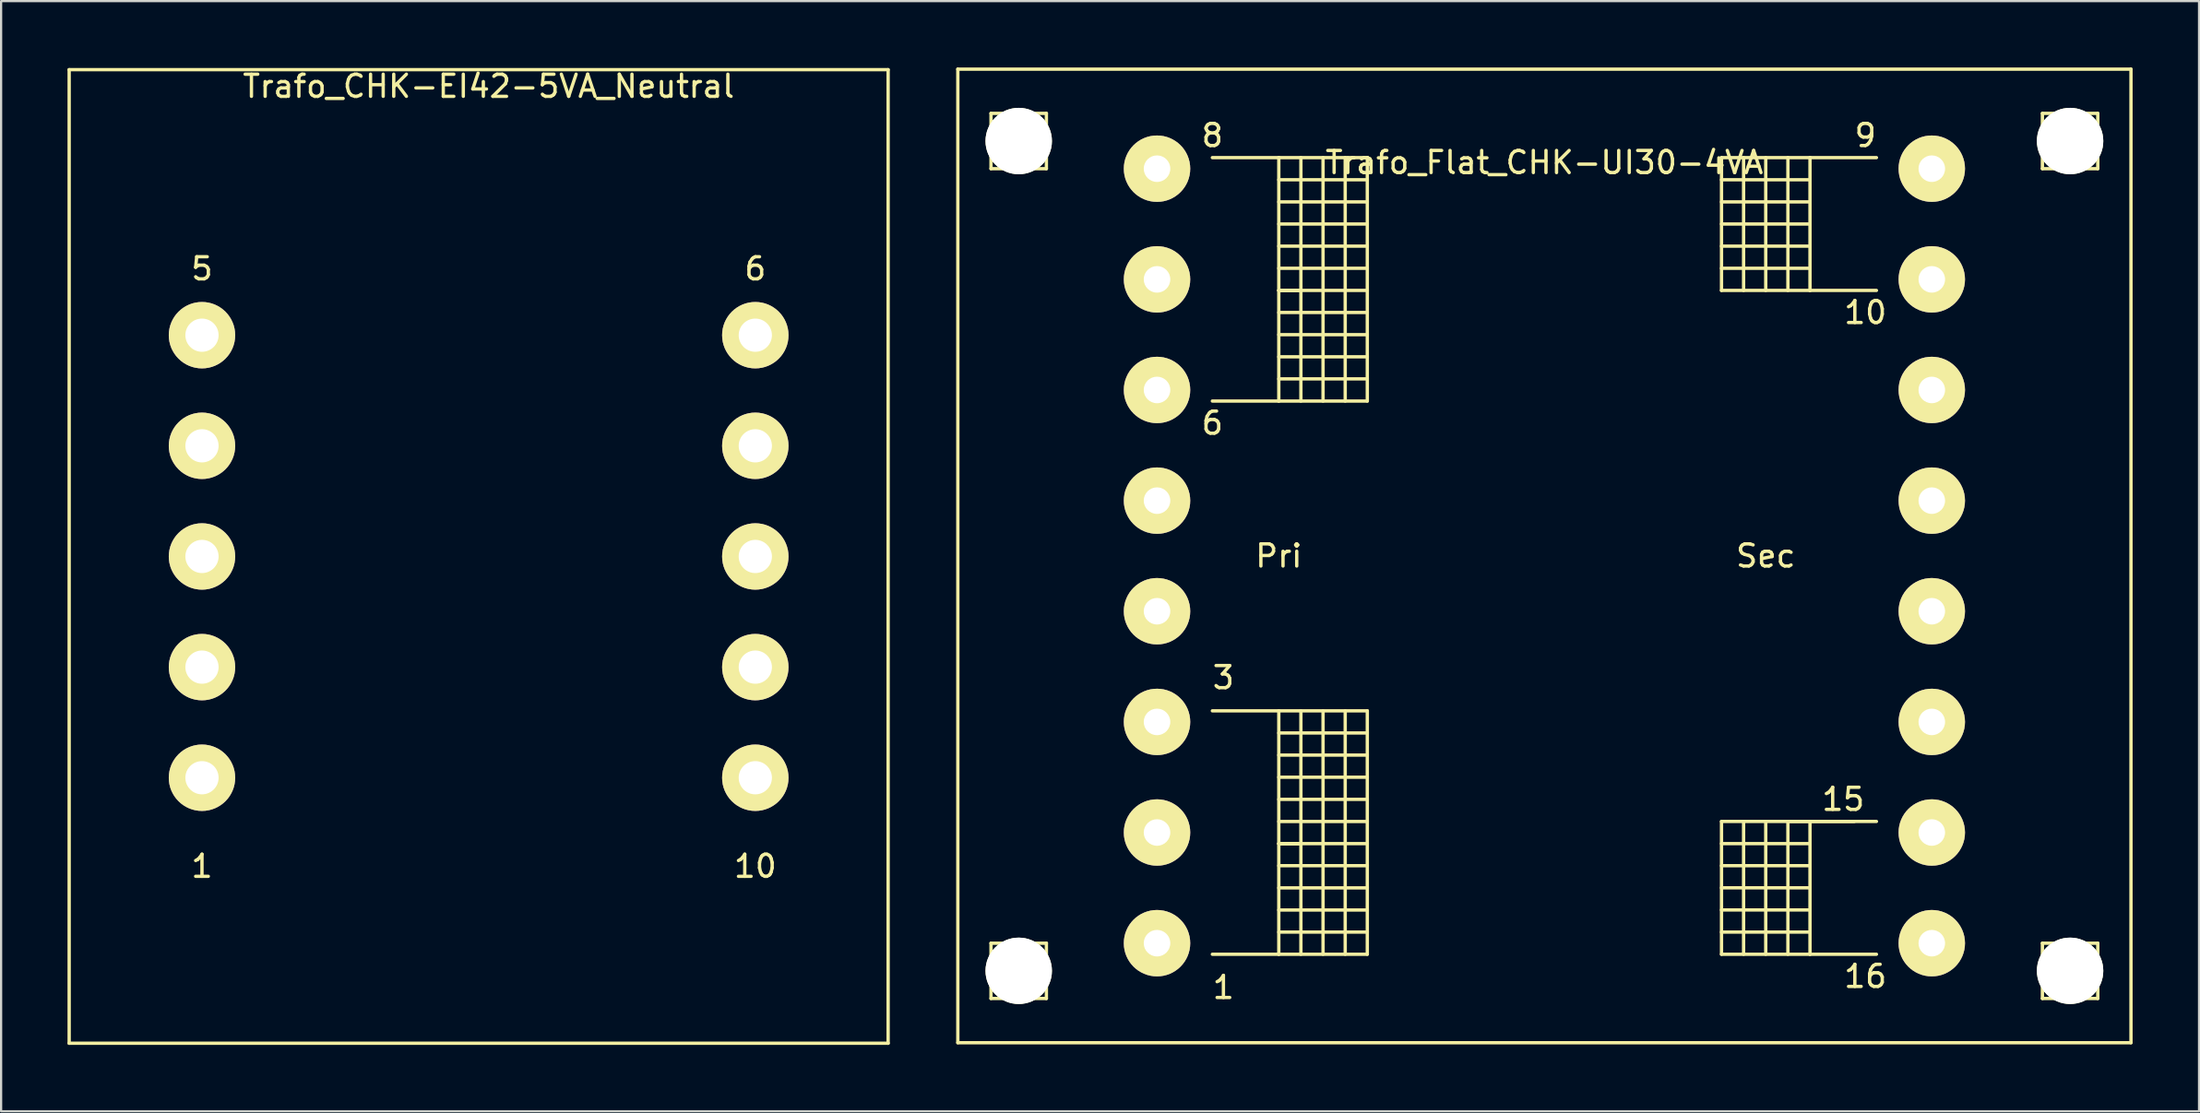
<source format=kicad_pcb>
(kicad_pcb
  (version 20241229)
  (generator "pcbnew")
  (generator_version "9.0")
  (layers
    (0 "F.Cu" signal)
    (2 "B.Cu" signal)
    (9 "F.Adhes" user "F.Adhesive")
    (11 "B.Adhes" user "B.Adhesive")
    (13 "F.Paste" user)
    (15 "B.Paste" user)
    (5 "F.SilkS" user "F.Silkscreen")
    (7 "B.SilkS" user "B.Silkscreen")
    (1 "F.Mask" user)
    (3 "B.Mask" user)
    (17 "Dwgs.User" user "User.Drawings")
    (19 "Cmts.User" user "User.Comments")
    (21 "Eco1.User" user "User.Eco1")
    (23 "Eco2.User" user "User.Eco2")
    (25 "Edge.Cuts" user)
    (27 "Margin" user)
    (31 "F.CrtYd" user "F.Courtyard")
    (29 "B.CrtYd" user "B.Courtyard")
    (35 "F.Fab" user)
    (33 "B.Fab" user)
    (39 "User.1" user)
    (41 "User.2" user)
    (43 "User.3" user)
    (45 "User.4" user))
  (footprint "Trafo_Flat_CHK-UI30-4VA"
    (layer "F.Cu")
    (at 66.722 22.074)
    (property "Reference" "Trafo_Flat_CHK-UI30-4VA" (at 0 -17.78 0) (layer "F.SilkS") (effects (font (size 1 1) (thickness 0.15))))
    (attr through_hole)
    (fp_line (start -26.5 -21.999) (end -26.5 21.999) (stroke (width 0.15) (type solid)) (layer "F.SilkS"))
    (fp_line (start -26.5 21.999) (end 26.5 21.999) (stroke (width 0.15) (type solid)) (layer "F.SilkS"))
    (fp_line (start -25.001 -20) (end -25.001 -17.501) (stroke (width 0.15) (type solid)) (layer "F.SilkS"))
    (fp_line (start -25.001 -17.501) (end -22.499 -17.501) (stroke (width 0.15) (type solid)) (layer "F.SilkS"))
    (fp_line (start -25.001 17.501) (end -25.001 20) (stroke (width 0.15) (type solid)) (layer "F.SilkS"))
    (fp_line (start -25.001 20) (end -22.499 20) (stroke (width 0.15) (type solid)) (layer "F.SilkS"))
    (fp_line (start -23.749 -20) (end -25.001 -20) (stroke (width 0.15) (type solid)) (layer "F.SilkS"))
    (fp_line (start -23.749 17.501) (end -25.001 17.501) (stroke (width 0.15) (type solid)) (layer "F.SilkS"))
    (fp_line (start -22.499 -20) (end -23.749 -20) (stroke (width 0.15) (type solid)) (layer "F.SilkS"))
    (fp_line (start -22.499 -17.501) (end -22.499 -20) (stroke (width 0.15) (type solid)) (layer "F.SilkS"))
    (fp_line (start -22.499 17.501) (end -23.749 17.501) (stroke (width 0.15) (type solid)) (layer "F.SilkS"))
    (fp_line (start -22.499 20) (end -22.499 17.501) (stroke (width 0.15) (type solid)) (layer "F.SilkS"))
    (fp_line (start -15.001 -18.001) (end -11.999 -18.001) (stroke (width 0.15) (type solid)) (layer "F.SilkS"))
    (fp_line (start -15.001 7) (end -11.999 7) (stroke (width 0.15) (type solid)) (layer "F.SilkS"))
    (fp_line (start -11.999 -18.001) (end -11.999 -7) (stroke (width 0.15) (type solid)) (layer "F.SilkS"))
    (fp_line (start -11.999 -18.001) (end -8.001 -18.001) (stroke (width 0.15) (type solid)) (layer "F.SilkS"))
    (fp_line (start -11.999 -17) (end -8.001 -17) (stroke (width 0.15) (type solid)) (layer "F.SilkS"))
    (fp_line (start -11.999 -15.999) (end -8.001 -15.999) (stroke (width 0.15) (type solid)) (layer "F.SilkS"))
    (fp_line (start -11.999 -15.001) (end -8.001 -15.001) (stroke (width 0.15) (type solid)) (layer "F.SilkS"))
    (fp_line (start -11.999 -14) (end -8.001 -14) (stroke (width 0.15) (type solid)) (layer "F.SilkS"))
    (fp_line (start -11.999 -13) (end -8.001 -13) (stroke (width 0.15) (type solid)) (layer "F.SilkS"))
    (fp_line (start -11.999 -11.999) (end -11.001 -11.999) (stroke (width 0.15) (type solid)) (layer "F.SilkS"))
    (fp_line (start -11.999 -11.001) (end -8.001 -11.001) (stroke (width 0.15) (type solid)) (layer "F.SilkS"))
    (fp_line (start -11.999 -8.999) (end -8.999 -8.999) (stroke (width 0.15) (type solid)) (layer "F.SilkS"))
    (fp_line (start -11.999 -7) (end -15.001 -7) (stroke (width 0.15) (type solid)) (layer "F.SilkS"))
    (fp_line (start -11.999 7) (end -11.999 18.001) (stroke (width 0.15) (type solid)) (layer "F.SilkS"))
    (fp_line (start -11.999 7) (end -8.001 7) (stroke (width 0.15) (type solid)) (layer "F.SilkS"))
    (fp_line (start -11.999 8.001) (end -8.001 8.001) (stroke (width 0.15) (type solid)) (layer "F.SilkS"))
    (fp_line (start -11.999 9.002) (end -8.001 9.002) (stroke (width 0.15) (type solid)) (layer "F.SilkS"))
    (fp_line (start -11.999 10) (end -8.001 10) (stroke (width 0.15) (type solid)) (layer "F.SilkS"))
    (fp_line (start -11.999 11.001) (end -8.001 11.001) (stroke (width 0.15) (type solid)) (layer "F.SilkS"))
    (fp_line (start -11.999 12.002) (end -8.001 12.002) (stroke (width 0.15) (type solid)) (layer "F.SilkS"))
    (fp_line (start -11.999 13.002) (end -11.001 13.002) (stroke (width 0.15) (type solid)) (layer "F.SilkS"))
    (fp_line (start -11.999 14) (end -8.001 14) (stroke (width 0.15) (type solid)) (layer "F.SilkS"))
    (fp_line (start -11.999 16.002) (end -8.999 16.002) (stroke (width 0.15) (type solid)) (layer "F.SilkS"))
    (fp_line (start -11.999 18.001) (end -15.001 18.001) (stroke (width 0.15) (type solid)) (layer "F.SilkS"))
    (fp_line (start -11.001 -18.001) (end -11.001 -7) (stroke (width 0.15) (type solid)) (layer "F.SilkS"))
    (fp_line (start -11.001 -11.999) (end -11.999 -11.999) (stroke (width 0.15) (type solid)) (layer "F.SilkS"))
    (fp_line (start -11.001 7) (end -11.001 18.001) (stroke (width 0.15) (type solid)) (layer "F.SilkS"))
    (fp_line (start -11.001 13.002) (end -11.999 13.002) (stroke (width 0.15) (type solid)) (layer "F.SilkS"))
    (fp_line (start -10 -7) (end -10 -18.001) (stroke (width 0.15) (type solid)) (layer "F.SilkS"))
    (fp_line (start -10 18.001) (end -10 7) (stroke (width 0.15) (type solid)) (layer "F.SilkS"))
    (fp_line (start -8.999 -18.001) (end -8.999 -7) (stroke (width 0.15) (type solid)) (layer "F.SilkS"))
    (fp_line (start -8.999 -8.999) (end -8.001 -8.999) (stroke (width 0.15) (type solid)) (layer "F.SilkS"))
    (fp_line (start -8.999 7) (end -8.999 18.001) (stroke (width 0.15) (type solid)) (layer "F.SilkS"))
    (fp_line (start -8.999 16.002) (end -8.001 16.002) (stroke (width 0.15) (type solid)) (layer "F.SilkS"))
    (fp_line (start -8.001 -18.001) (end -8.001 -7) (stroke (width 0.15) (type solid)) (layer "F.SilkS"))
    (fp_line (start -8.001 -11.999) (end -11.999 -11.999) (stroke (width 0.15) (type solid)) (layer "F.SilkS"))
    (fp_line (start -8.001 -10) (end -11.999 -10) (stroke (width 0.15) (type solid)) (layer "F.SilkS"))
    (fp_line (start -8.001 -8.001) (end -11.999 -8.001) (stroke (width 0.15) (type solid)) (layer "F.SilkS"))
    (fp_line (start -8.001 -7) (end -11.999 -7) (stroke (width 0.15) (type solid)) (layer "F.SilkS"))
    (fp_line (start -8.001 7) (end -8.001 18.001) (stroke (width 0.15) (type solid)) (layer "F.SilkS"))
    (fp_line (start -8.001 13.002) (end -11.999 13.002) (stroke (width 0.15) (type solid)) (layer "F.SilkS"))
    (fp_line (start -8.001 15.001) (end -11.999 15.001) (stroke (width 0.15) (type solid)) (layer "F.SilkS"))
    (fp_line (start -8.001 17) (end -11.999 17) (stroke (width 0.15) (type solid)) (layer "F.SilkS"))
    (fp_line (start -8.001 18.001) (end -11.999 18.001) (stroke (width 0.15) (type solid)) (layer "F.SilkS"))
    (fp_line (start 8.001 -18.001) (end 8.001 -11.999) (stroke (width 0.15) (type solid)) (layer "F.SilkS"))
    (fp_line (start 8.001 -17) (end 11.999 -17) (stroke (width 0.15) (type solid)) (layer "F.SilkS"))
    (fp_line (start 8.001 -15.001) (end 11.999 -15.001) (stroke (width 0.15) (type solid)) (layer "F.SilkS"))
    (fp_line (start 8.001 -14) (end 11.999 -14) (stroke (width 0.15) (type solid)) (layer "F.SilkS"))
    (fp_line (start 8.001 -11.999) (end 11.999 -11.999) (stroke (width 0.15) (type solid)) (layer "F.SilkS"))
    (fp_line (start 8.001 11.999) (end 8.001 18.001) (stroke (width 0.15) (type solid)) (layer "F.SilkS"))
    (fp_line (start 8.001 13) (end 11.999 13) (stroke (width 0.15) (type solid)) (layer "F.SilkS"))
    (fp_line (start 8.001 14.999) (end 11.999 14.999) (stroke (width 0.15) (type solid)) (layer "F.SilkS"))
    (fp_line (start 8.001 15.999) (end 11.999 15.999) (stroke (width 0.15) (type solid)) (layer "F.SilkS"))
    (fp_line (start 8.001 18.001) (end 11.999 18.001) (stroke (width 0.15) (type solid)) (layer "F.SilkS"))
    (fp_line (start 8.999 -18.001) (end 8.999 -11.999) (stroke (width 0.15) (type solid)) (layer "F.SilkS"))
    (fp_line (start 8.999 11.999) (end 8.999 18.001) (stroke (width 0.15) (type solid)) (layer "F.SilkS"))
    (fp_line (start 10 -18.001) (end 10 -11.999) (stroke (width 0.15) (type solid)) (layer "F.SilkS"))
    (fp_line (start 10 11.999) (end 10 18.001) (stroke (width 0.15) (type solid)) (layer "F.SilkS"))
    (fp_line (start 11.001 -18.001) (end 11.001 -11.999) (stroke (width 0.15) (type solid)) (layer "F.SilkS"))
    (fp_line (start 11.001 11.999) (end 11.001 18.001) (stroke (width 0.15) (type solid)) (layer "F.SilkS"))
    (fp_line (start 11.999 -18.001) (end 8.001 -18.001) (stroke (width 0.15) (type solid)) (layer "F.SilkS"))
    (fp_line (start 11.999 -18.001) (end 11.999 -11.999) (stroke (width 0.15) (type solid)) (layer "F.SilkS"))
    (fp_line (start 11.999 -15.999) (end 8.001 -15.999) (stroke (width 0.15) (type solid)) (layer "F.SilkS"))
    (fp_line (start 11.999 -13) (end 8.001 -13) (stroke (width 0.15) (type solid)) (layer "F.SilkS"))
    (fp_line (start 11.999 -11.999) (end 15.001 -11.999) (stroke (width 0.15) (type solid)) (layer "F.SilkS"))
    (fp_line (start 11.999 11.999) (end 8.001 11.999) (stroke (width 0.15) (type solid)) (layer "F.SilkS"))
    (fp_line (start 11.999 11.999) (end 11.999 18.001) (stroke (width 0.15) (type solid)) (layer "F.SilkS"))
    (fp_line (start 11.999 14) (end 8.001 14) (stroke (width 0.15) (type solid)) (layer "F.SilkS"))
    (fp_line (start 11.999 17) (end 8.001 17) (stroke (width 0.15) (type solid)) (layer "F.SilkS"))
    (fp_line (start 11.999 18.001) (end 15.001 18.001) (stroke (width 0.15) (type solid)) (layer "F.SilkS"))
    (fp_line (start 14 11.999) (end 10.998 11.999) (stroke (width 0.15) (type solid)) (layer "F.SilkS"))
    (fp_line (start 15.001 -18.001) (end 11.999 -18.001) (stroke (width 0.15) (type solid)) (layer "F.SilkS"))
    (fp_line (start 15.001 11.999) (end 11.999 11.999) (stroke (width 0.15) (type solid)) (layer "F.SilkS"))
    (fp_line (start 22.499 -20) (end 22.499 -17.501) (stroke (width 0.15) (type solid)) (layer "F.SilkS"))
    (fp_line (start 22.499 -17.501) (end 25.001 -17.501) (stroke (width 0.15) (type solid)) (layer "F.SilkS"))
    (fp_line (start 22.499 17.501) (end 22.499 20) (stroke (width 0.15) (type solid)) (layer "F.SilkS"))
    (fp_line (start 22.499 20) (end 25.001 20) (stroke (width 0.15) (type solid)) (layer "F.SilkS"))
    (fp_line (start 23.749 -20) (end 22.499 -20) (stroke (width 0.15) (type solid)) (layer "F.SilkS"))
    (fp_line (start 23.749 17.501) (end 22.499 17.501) (stroke (width 0.15) (type solid)) (layer "F.SilkS"))
    (fp_line (start 25.001 -20) (end 23.749 -20) (stroke (width 0.15) (type solid)) (layer "F.SilkS"))
    (fp_line (start 25.001 -17.501) (end 25.001 -20) (stroke (width 0.15) (type solid)) (layer "F.SilkS"))
    (fp_line (start 25.001 17.501) (end 23.749 17.501) (stroke (width 0.15) (type solid)) (layer "F.SilkS"))
    (fp_line (start 25.001 20) (end 25.001 17.501) (stroke (width 0.15) (type solid)) (layer "F.SilkS"))
    (fp_line (start 26.5 -21.999) (end -26.5 -21.999) (stroke (width 0.15) (type solid)) (layer "F.SilkS"))
    (fp_line (start 26.5 21.999) (end 26.5 -21.999) (stroke (width 0.15) (type solid)) (layer "F.SilkS"))
    (fp_text user "8" (at -15.001 -19.002 0) (layer "F.SilkS") (effects (font (size 1 1) (thickness 0.15))))
    (fp_text user "Sec" (at 10 0 0) (layer "F.SilkS") (effects (font (size 1 1) (thickness 0.15))))
    (fp_text user "10" (at 14.501 -11.003 0) (layer "F.SilkS") (effects (font (size 1 1) (thickness 0.15))))
    (fp_text user "6" (at -15.001 -6.002 0) (layer "F.SilkS") (effects (font (size 1 1) (thickness 0.15))))
    (fp_text user "1" (at -14.501 19.5 0) (layer "F.SilkS") (effects (font (size 1 1) (thickness 0.15))))
    (fp_text user "Pri" (at -11.999 0 0) (layer "F.SilkS") (effects (font (size 1 1) (thickness 0.15))))
    (fp_text user "15" (at 13.5 10.998 0) (layer "F.SilkS") (effects (font (size 1 1) (thickness 0.15))))
    (fp_text user "9" (at 14.501 -19.002 0) (layer "F.SilkS") (effects (font (size 1 1) (thickness 0.15))))
    (fp_text user "16" (at 14.501 18.999 0) (layer "F.SilkS") (effects (font (size 1 1) (thickness 0.15))))
    (fp_text user "3" (at -14.501 5.499 0) (layer "F.SilkS") (effects (font (size 1 1) (thickness 0.15))))
    (pad "" np_thru_hole circle (at -23.749 -18.75) (size 3 3) (drill 3) (layers "*.Cu" "*.Mask" "F.SilkS"))
    (pad "" np_thru_hole circle (at -23.749 18.75) (size 3 3) (drill 3) (layers "*.Cu" "*.Mask" "F.SilkS"))
    (pad "" np_thru_hole circle (at 23.749 -18.75) (size 3 3) (drill 3) (layers "*.Cu" "*.Mask" "F.SilkS"))
    (pad "" np_thru_hole circle (at 23.749 18.75) (size 3 3) (drill 3) (layers "*.Cu" "*.Mask" "F.SilkS"))
    (pad "1" thru_hole circle (at -17.501 17.501) (size 3 3) (drill 1.199) (layers "*.Cu" "*.Mask" "F.SilkS"))
    (pad "2" thru_hole circle (at -17.501 12.499) (size 3 3) (drill 1.199) (layers "*.Cu" "*.Mask" "F.SilkS"))
    (pad "3" thru_hole circle (at -17.501 7.501) (size 3 3) (drill 1.199) (layers "*.Cu" "*.Mask" "F.SilkS"))
    (pad "4" thru_hole circle (at -17.501 2.499) (size 3 3) (drill 1.199) (layers "*.Cu" "*.Mask" "F.SilkS"))
    (pad "5" thru_hole circle (at -17.501 -2.499) (size 3 3) (drill 1.199) (layers "*.Cu" "*.Mask" "F.SilkS"))
    (pad "6" thru_hole circle (at -17.501 -7.501) (size 3 3) (drill 1.199) (layers "*.Cu" "*.Mask" "F.SilkS"))
    (pad "7" thru_hole circle (at -17.501 -12.499) (size 3 3) (drill 1.199) (layers "*.Cu" "*.Mask" "F.SilkS"))
    (pad "8" thru_hole circle (at -17.501 -17.501) (size 3 3) (drill 1.199) (layers "*.Cu" "*.Mask" "F.SilkS"))
    (pad "9" thru_hole circle (at 17.501 -17.501) (size 3 3) (drill 1.199) (layers "*.Cu" "*.Mask" "F.SilkS"))
    (pad "10" thru_hole circle (at 17.501 -12.499) (size 3 3) (drill 1.199) (layers "*.Cu" "*.Mask" "F.SilkS"))
    (pad "11" thru_hole circle (at 17.501 -7.501) (size 3 3) (drill 1.199) (layers "*.Cu" "*.Mask" "F.SilkS"))
    (pad "12" thru_hole circle (at 17.501 -2.499) (size 3 3) (drill 1.199) (layers "*.Cu" "*.Mask" "F.SilkS"))
    (pad "13" thru_hole circle (at 17.501 2.499) (size 3 3) (drill 1.199) (layers "*.Cu" "*.Mask" "F.SilkS"))
    (pad "14" thru_hole circle (at 17.501 7.501) (size 3 3) (drill 1.199) (layers "*.Cu" "*.Mask" "F.SilkS"))
    (pad "15" thru_hole circle (at 17.501 12.499) (size 3 3) (drill 1.199) (layers "*.Cu" "*.Mask" "F.SilkS"))
    (pad "16" thru_hole circle (at 17.501 17.501) (size 3 3) (drill 1.199) (layers "*.Cu" "*.Mask" "F.SilkS")))
  (footprint "Trafo_CHK-EI42-5VA_Neutral"
    (layer "F.Cu")
    (at 18.574 22.098)
    (property "Reference" "Trafo_CHK-EI42-5VA_Neutral" (at 0.45 -21.25 0) (layer "F.SilkS") (effects (font (size 1 1) (thickness 0.15))))
    (attr through_hole)
    (fp_line (start -18.499 -21.999) (end -18.499 21.999) (stroke (width 0.15) (type solid)) (layer "F.SilkS"))
    (fp_line (start -18.499 21.999) (end 18.499 21.999) (stroke (width 0.15) (type solid)) (layer "F.SilkS"))
    (fp_line (start 18.499 -21.999) (end -18.499 -21.999) (stroke (width 0.15) (type solid)) (layer "F.SilkS"))
    (fp_line (start 18.499 21.999) (end 18.499 -21.999) (stroke (width 0.15) (type solid)) (layer "F.SilkS"))
    (fp_text user "5" (at -12.499 -13 0) (layer "F.SilkS") (effects (font (size 1 1) (thickness 0.15))))
    (fp_text user "6" (at 12.499 -13 0) (layer "F.SilkS") (effects (font (size 1 1) (thickness 0.15))))
    (fp_text user "10" (at 12.499 14 0) (layer "F.SilkS") (effects (font (size 1 1) (thickness 0.15))))
    (fp_text user "1" (at -12.499 14 0) (layer "F.SilkS") (effects (font (size 1 1) (thickness 0.15))))
    (pad "1" thru_hole circle (at -12.499 10) (size 3 3) (drill 1.501) (layers "*.Cu" "*.Mask" "F.SilkS"))
    (pad "2" thru_hole circle (at -12.499 5.001) (size 3 3) (drill 1.501) (layers "*.Cu" "*.Mask" "F.SilkS"))
    (pad "3" thru_hole circle (at -12.499 0) (size 3 3) (drill 1.501) (layers "*.Cu" "*.Mask" "F.SilkS"))
    (pad "4" thru_hole circle (at -12.499 -5.001) (size 3 3) (drill 1.501) (layers "*.Cu" "*.Mask" "F.SilkS"))
    (pad "5" thru_hole circle (at -12.499 -10) (size 3 3) (drill 1.501) (layers "*.Cu" "*.Mask" "F.SilkS"))
    (pad "6" thru_hole circle (at 12.499 -10) (size 3 3) (drill 1.501) (layers "*.Cu" "*.Mask" "F.SilkS"))
    (pad "7" thru_hole circle (at 12.499 -5.001) (size 3 3) (drill 1.501) (layers "*.Cu" "*.Mask" "F.SilkS"))
    (pad "8" thru_hole circle (at 12.499 0) (size 3 3) (drill 1.501) (layers "*.Cu" "*.Mask" "F.SilkS"))
    (pad "9" thru_hole circle (at 12.499 5.001) (size 3 3) (drill 1.501) (layers "*.Cu" "*.Mask" "F.SilkS"))
    (pad "10" thru_hole circle (at 12.499 10) (size 3 3) (drill 1.501) (layers "*.Cu" "*.Mask" "F.SilkS")))
  (gr_rect
    (start -3 -3)
    (end 96.297 47.172)
    (stroke (width 0.1) (type default))
    (fill no)
    (layer "Edge.Cuts")))
</source>
